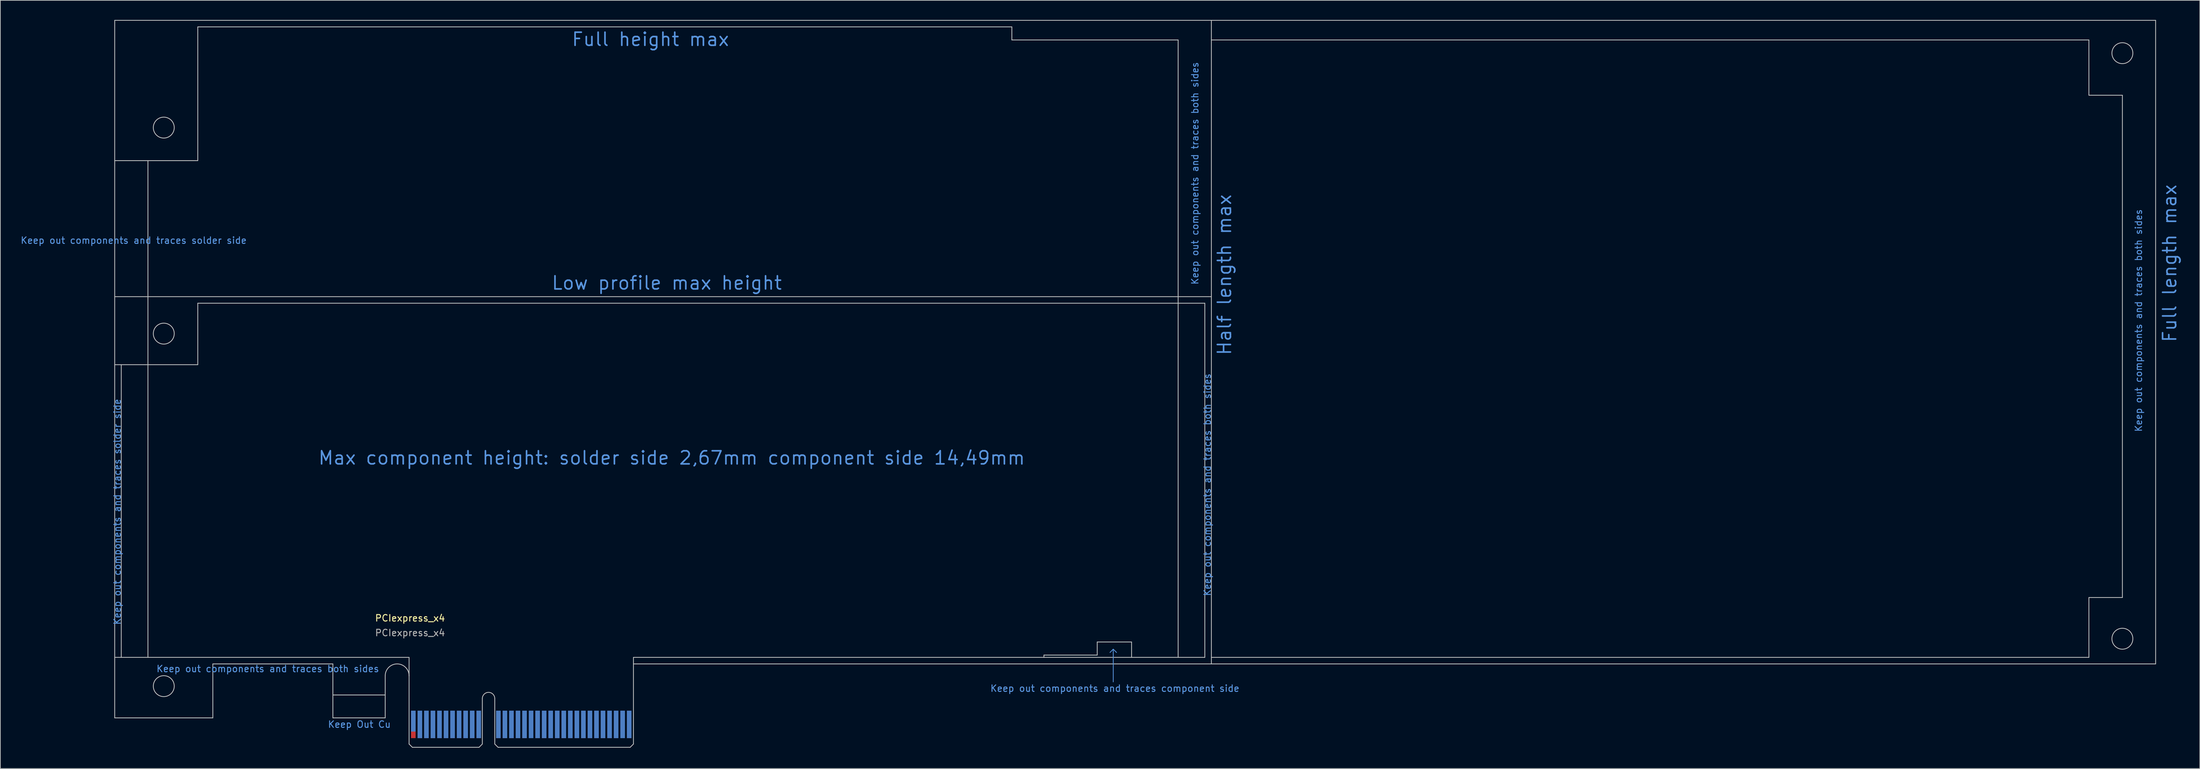
<source format=kicad_pcb>
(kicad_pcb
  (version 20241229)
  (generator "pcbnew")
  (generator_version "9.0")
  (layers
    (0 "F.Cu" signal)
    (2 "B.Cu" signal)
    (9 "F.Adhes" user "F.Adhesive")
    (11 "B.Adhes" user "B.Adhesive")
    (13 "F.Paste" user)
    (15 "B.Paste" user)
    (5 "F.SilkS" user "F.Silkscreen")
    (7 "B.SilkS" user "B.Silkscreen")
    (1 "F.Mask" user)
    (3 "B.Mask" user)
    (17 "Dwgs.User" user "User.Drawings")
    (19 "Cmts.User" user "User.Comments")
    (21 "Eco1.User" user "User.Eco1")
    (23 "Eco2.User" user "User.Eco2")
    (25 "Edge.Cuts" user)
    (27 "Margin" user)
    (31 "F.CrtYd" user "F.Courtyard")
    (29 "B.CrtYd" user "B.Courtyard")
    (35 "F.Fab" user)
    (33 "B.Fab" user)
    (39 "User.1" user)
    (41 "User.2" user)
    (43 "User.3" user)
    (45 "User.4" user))
  (footprint "PCIexpress_x4"
    (layer "F.Cu")
    (at 59.637 111.21)
    (property "Reference" "PCIexpress_x4" (at 0 -19.75 0) (layer "F.SilkS") (effects (font (size 1 1) (thickness 0.15))))
    (attr exclude_from_pos_files exclude_from_bom allow_soldermask_bridges)
    (fp_poly (pts (xy -11.8 -4.5) (xy -11.8 -8) (xy -3.8 -8) (xy -3.8 -4.5)) (stroke (width 0) (type solid)) (fill yes) (layer "F.Mask"))
    (fp_poly (pts (xy -0.25 -5.5) (xy 34.25 -5.5) (xy 34.25 0) (xy -0.25 0)) (stroke (width 0.2) (type solid)) (fill yes) (layer "F.Mask"))
    (fp_poly (pts (xy -11.8 -4.5) (xy -11.8 -8) (xy -3.8 -8) (xy -3.8 -4.5)) (stroke (width 0) (type solid)) (fill yes) (layer "B.Mask"))
    (fp_poly (pts (xy -0.25 -5.5) (xy 34.25 -5.5) (xy 34.25 0) (xy -0.25 0)) (stroke (width 0.2) (type solid)) (fill yes) (layer "B.Mask"))
    (fp_line (start -45.15 -111.15) (end -45.15 -4.5) (stroke (width 0.12) (type solid)) (layer "Dwgs.User"))
    (fp_line (start -45.15 -111.15) (end 122.5 -111.15) (stroke (width 0.12) (type solid)) (layer "Dwgs.User"))
    (fp_line (start -45.15 -89.7) (end -32.45 -89.7) (stroke (width 0.12) (type solid)) (layer "Dwgs.User"))
    (fp_line (start -45.15 -68.9) (end 122.5 -68.9) (stroke (width 0.12) (type solid)) (layer "Dwgs.User"))
    (fp_line (start -45.15 -58.5) (end -32.45 -58.5) (stroke (width 0.12) (type solid)) (layer "Dwgs.User"))
    (fp_line (start -44.15 -58.5) (end -44.15 -13.75) (stroke (width 0.12) (type solid)) (layer "Dwgs.User"))
    (fp_line (start -40.07 -13.75) (end -40.07 -89.7) (stroke (width 0.12) (type solid)) (layer "Dwgs.User"))
    (fp_line (start -32.45 -110.15) (end -32.45 -89.7) (stroke (width 0.12) (type solid)) (layer "Dwgs.User"))
    (fp_line (start -32.45 -110.15) (end 92 -110.15) (stroke (width 0.12) (type solid)) (layer "Dwgs.User"))
    (fp_line (start -32.45 -67.9) (end 121.5 -67.9) (stroke (width 0.12) (type solid)) (layer "Dwgs.User"))
    (fp_line (start -32.45 -58.5) (end -32.45 -67.9) (stroke (width 0.12) (type solid)) (layer "Dwgs.User"))
    (fp_line (start -30.15 -12.75) (end -11.8 -12.75) (stroke (width 0.12) (type solid)) (layer "Dwgs.User"))
    (fp_line (start -30.15 -4.5) (end -45.15 -4.5) (stroke (width 0.12) (type solid)) (layer "Dwgs.User"))
    (fp_line (start -30.15 -4.5) (end -30.15 -12.75) (stroke (width 0.12) (type solid)) (layer "Dwgs.User"))
    (fp_line (start -11.8 -8) (end -3.8 -8) (stroke (width 0.12) (type solid)) (layer "Dwgs.User"))
    (fp_line (start -11.8 -4.5) (end -11.8 -12.75) (stroke (width 0.12) (type solid)) (layer "Dwgs.User"))
    (fp_line (start -11.8 -4.5) (end -3.8 -4.5) (stroke (width 0.12) (type solid)) (layer "Dwgs.User"))
    (fp_line (start -3.8 -4.5) (end -3.8 -10.925) (stroke (width 0.12) (type solid)) (layer "Dwgs.User"))
    (fp_line (start -0.15 -13.75) (end -45.15 -13.75) (stroke (width 0.12) (type solid)) (layer "Dwgs.User"))
    (fp_line (start -0.15 -10.925) (end -0.15 -13.75) (stroke (width 0.12) (type solid)) (layer "Dwgs.User"))
    (fp_line (start -0.15 -0.5) (end -0.15 -10.925) (stroke (width 0.12) (type solid)) (layer "Dwgs.User"))
    (fp_line (start -0.15 -0.5) (end 0.35 0) (stroke (width 0.12) (type solid)) (layer "Dwgs.User"))
    (fp_line (start 0.35 0) (end 10.55 0) (stroke (width 0.12) (type solid)) (layer "Dwgs.User"))
    (fp_line (start 11.05 -7.45) (end 11.05 -0.5) (stroke (width 0.12) (type solid)) (layer "Dwgs.User"))
    (fp_line (start 11.05 -0.5) (end 10.55 0) (stroke (width 0.12) (type solid)) (layer "Dwgs.User"))
    (fp_line (start 12.95 -7.45) (end 12.95 -0.5) (stroke (width 0.12) (type solid)) (layer "Dwgs.User"))
    (fp_line (start 12.95 -0.5) (end 13.45 0) (stroke (width 0.12) (type solid)) (layer "Dwgs.User"))
    (fp_line (start 13.45 0) (end 33.65 0) (stroke (width 0.12) (type solid)) (layer "Dwgs.User"))
    (fp_line (start 34.15 -13.75) (end 121.5 -13.75) (stroke (width 0.12) (type solid)) (layer "Dwgs.User"))
    (fp_line (start 34.15 -12.75) (end 34.15 -13.75) (stroke (width 0.12) (type solid)) (layer "Dwgs.User"))
    (fp_line (start 34.15 -12.75) (end 122.503 -12.75) (stroke (width 0.12) (type solid)) (layer "Dwgs.User"))
    (fp_line (start 34.15 -0.5) (end 33.65 0) (stroke (width 0.12) (type solid)) (layer "Dwgs.User"))
    (fp_line (start 34.15 -0.5) (end 34.15 -12.75) (stroke (width 0.12) (type solid)) (layer "Dwgs.User"))
    (fp_line (start 92 -110.15) (end 92 -108.15) (stroke (width 0.12) (type solid)) (layer "Dwgs.User"))
    (fp_line (start 92 -108.15) (end 117.42 -108.15) (stroke (width 0.12) (type solid)) (layer "Dwgs.User"))
    (fp_line (start 96.9 -14.1) (end 96.9 -13.75) (stroke (width 0.12) (type solid)) (layer "Dwgs.User"))
    (fp_line (start 96.9 -14.1) (end 105.05 -14.1) (stroke (width 0.12) (type solid)) (layer "Dwgs.User"))
    (fp_line (start 105.05 -16.1) (end 110.3 -16.1) (stroke (width 0.12) (type solid)) (layer "Dwgs.User"))
    (fp_line (start 105.05 -14.1) (end 105.05 -16.1) (stroke (width 0.12) (type solid)) (layer "Dwgs.User"))
    (fp_line (start 110.3 -16.1) (end 110.3 -13.75) (stroke (width 0.12) (type solid)) (layer "Dwgs.User"))
    (fp_line (start 117.42 -108.15) (end 117.42 -13.75) (stroke (width 0.12) (type solid)) (layer "Dwgs.User"))
    (fp_line (start 121.5 -67.9) (end 121.5 -13.75) (stroke (width 0.12) (type solid)) (layer "Dwgs.User"))
    (fp_line (start 122.5 -111.15) (end 122.5 -12.75) (stroke (width 0.12) (type solid)) (layer "Dwgs.User"))
    (fp_line (start 122.5 -111.15) (end 266.85 -111.15) (stroke (width 0.12) (type solid)) (layer "Dwgs.User"))
    (fp_line (start 122.5 -108.15) (end 256.65 -108.15) (stroke (width 0.12) (type solid)) (layer "Dwgs.User"))
    (fp_line (start 122.5 -13.75) (end 256.65 -13.75) (stroke (width 0.12) (type solid)) (layer "Dwgs.User"))
    (fp_line (start 122.503 -12.75) (end 266.853 -12.75) (stroke (width 0.12) (type solid)) (layer "Dwgs.User"))
    (fp_line (start 256.65 -108.15) (end 256.65 -99.7) (stroke (width 0.12) (type solid)) (layer "Dwgs.User"))
    (fp_line (start 256.65 -99.7) (end 261.77 -99.7) (stroke (width 0.12) (type solid)) (layer "Dwgs.User"))
    (fp_line (start 256.65 -22.9) (end 261.77 -22.9) (stroke (width 0.12) (type solid)) (layer "Dwgs.User"))
    (fp_line (start 256.65 -13.75) (end 256.65 -22.9) (stroke (width 0.12) (type solid)) (layer "Dwgs.User"))
    (fp_line (start 261.77 -99.7) (end 261.77 -22.9) (stroke (width 0.12) (type solid)) (layer "Dwgs.User"))
    (fp_line (start 266.85 -111.15) (end 266.853 -12.75) (stroke (width 0.12) (type solid)) (layer "Dwgs.User"))
    (fp_arc (start -3.8 -10.925) (mid -1.975 -12.75) (end -0.15 -10.925) (stroke (width 0.12) (type solid)) (layer "Dwgs.User"))
    (fp_arc (start 11.05 -7.45) (mid 12 -8.4) (end 12.95 -7.45) (stroke (width 0.12) (type solid)) (layer "Dwgs.User"))
    (fp_circle (center -37.65 -94.75) (end -36.05 -94.75) (stroke (width 0.12) (type solid)) (fill no) (layer "Dwgs.User"))
    (fp_circle (center -37.65 -63.25) (end -36.05 -63.25) (stroke (width 0.12) (type solid)) (fill no) (layer "Dwgs.User"))
    (fp_circle (center -37.65 -9.35) (end -36.05 -9.35) (stroke (width 0.12) (type solid)) (fill no) (layer "Dwgs.User"))
    (fp_circle (center 261.77 -106.13) (end 263.37 -106.13) (stroke (width 0.12) (type solid)) (fill no) (layer "Dwgs.User"))
    (fp_circle (center 261.77 -16.6) (end 263.37 -16.6) (stroke (width 0.12) (type solid)) (fill no) (layer "Dwgs.User"))
    (fp_line (start 107.5 -15) (end 107 -14.5) (stroke (width 0.12) (type solid)) (layer "Cmts.User"))
    (fp_line (start 107.5 -15) (end 108 -14.5) (stroke (width 0.12) (type solid)) (layer "Cmts.User"))
    (fp_line (start 107.5 -10) (end 107.5 -15) (stroke (width 0.12) (type solid)) (layer "Cmts.User"))
    (fp_text user "Full length max" (at 269 -74 90) (layer "Cmts.User") (effects (font (size 2 2) (thickness 0.25))))
    (fp_text user "Keep out components and traces both sides" (at -21.75 -12 0) (layer "Cmts.User") (effects (font (size 1 1) (thickness 0.15))))
    (fp_text user "Full height max" (at 36.75 -108.25 0) (layer "Cmts.User") (effects (font (size 2 2) (thickness 0.25))))
    (fp_text user "Max component height: solder side 2,67mm component side 14,49mm" (at 40 -44.25 0) (layer "Cmts.User") (effects (font (size 2 2) (thickness 0.25))))
    (fp_text user "Keep out components and traces both sides" (at 120 -87.75 90) (layer "Cmts.User") (effects (font (size 1 1) (thickness 0.15))))
    (fp_text user "Keep Out Cu" (at -7.75 -3.5 0) (layer "Cmts.User") (effects (font (size 1 1) (thickness 0.15))))
    (fp_text user "Keep out components and traces component side" (at 107.75 -9 180) (layer "Cmts.User") (effects (font (size 1 1) (thickness 0.15))))
    (fp_text user "Keep out components and traces both sides" (at 121.893 -40.135 90) (layer "Cmts.User") (effects (font (size 1 1) (thickness 0.15))))
    (fp_text user "Keep out components and traces both sides" (at 264.25 -65.25 90) (layer "Cmts.User") (effects (font (size 1 1) (thickness 0.15))))
    (fp_text user "Half length max" (at 124.5 -72.25 90) (layer "Cmts.User") (effects (font (size 2 2) (thickness 0.25))))
    (fp_text user "Keep out components and traces solder side" (at -44.75 -36 90) (layer "Cmts.User") (effects (font (size 1 1) (thickness 0.15))))
    (fp_text user "Keep out components and traces solder side" (at -42.25 -77.5 180) (layer "Cmts.User") (effects (font (size 1 1) (thickness 0.15))))
    (fp_text user "Low profile max height" (at 39.25 -71 0) (layer "Cmts.User") (effects (font (size 2 2) (thickness 0.25))))
    (fp_text user "${REFERENCE}" (at 0 -17.5 0) (layer "F.Fab") (effects (font (size 1 1) (thickness 0.15))))
    (pad "A1" connect rect (at 0.5 -4) (size 0.7 3.2) (layers "B.Cu"))
    (pad "A2" connect rect (at 1.5 -3.5) (size 0.7 4.2) (layers "B.Cu"))
    (pad "A3" connect rect (at 2.5 -3.5) (size 0.7 4.2) (layers "B.Cu"))
    (pad "A4" connect rect (at 3.5 -3.5) (size 0.7 4.2) (layers "B.Cu"))
    (pad "A5" connect rect (at 4.5 -3.5) (size 0.7 4.2) (layers "B.Cu"))
    (pad "A6" connect rect (at 5.5 -3.5) (size 0.7 4.2) (layers "B.Cu"))
    (pad "A7" connect rect (at 6.5 -3.5) (size 0.7 4.2) (layers "B.Cu"))
    (pad "A8" connect rect (at 7.5 -3.5) (size 0.7 4.2) (layers "B.Cu"))
    (pad "A9" connect rect (at 8.5 -3.5) (size 0.7 4.2) (layers "B.Cu"))
    (pad "A10" connect rect (at 9.5 -3.5) (size 0.7 4.2) (layers "B.Cu"))
    (pad "A11" connect rect (at 10.5 -3.5) (size 0.7 4.2) (layers "B.Cu"))
    (pad "A12" connect rect (at 13.5 -3.5) (size 0.7 4.2) (layers "B.Cu"))
    (pad "A13" connect rect (at 14.5 -3.5) (size 0.7 4.2) (layers "B.Cu"))
    (pad "A14" connect rect (at 15.5 -3.5) (size 0.7 4.2) (layers "B.Cu"))
    (pad "A15" connect rect (at 16.5 -3.5) (size 0.7 4.2) (layers "B.Cu"))
    (pad "A16" connect rect (at 17.5 -3.5) (size 0.7 4.2) (layers "B.Cu"))
    (pad "A17" connect rect (at 18.5 -3.5) (size 0.7 4.2) (layers "B.Cu"))
    (pad "A18" connect rect (at 19.5 -3.5) (size 0.7 4.2) (layers "B.Cu"))
    (pad "A19" connect rect (at 20.5 -3.5) (size 0.7 4.2) (layers "B.Cu"))
    (pad "A20" connect rect (at 21.5 -3.5) (size 0.7 4.2) (layers "B.Cu"))
    (pad "A21" connect rect (at 22.5 -3.5) (size 0.7 4.2) (layers "B.Cu"))
    (pad "A22" connect rect (at 23.5 -3.5) (size 0.7 4.2) (layers "B.Cu"))
    (pad "A23" connect rect (at 24.5 -3.5) (size 0.7 4.2) (layers "B.Cu"))
    (pad "A24" connect rect (at 25.5 -3.5) (size 0.7 4.2) (layers "B.Cu"))
    (pad "A25" connect rect (at 26.5 -3.5) (size 0.7 4.2) (layers "B.Cu"))
    (pad "A26" connect rect (at 27.5 -3.5) (size 0.7 4.2) (layers "B.Cu"))
    (pad "A27" connect rect (at 28.5 -3.5) (size 0.7 4.2) (layers "B.Cu"))
    (pad "A28" connect rect (at 29.5 -3.5) (size 0.7 4.2) (layers "B.Cu"))
    (pad "A29" connect rect (at 30.5 -3.5) (size 0.7 4.2) (layers "B.Cu"))
    (pad "A30" connect rect (at 31.5 -3.5) (size 0.7 4.2) (layers "B.Cu"))
    (pad "A31" connect rect (at 32.5 -3.5) (size 0.7 4.2) (layers "B.Cu"))
    (pad "A32" connect rect (at 33.5 -3.5) (size 0.7 4.2) (layers "B.Cu"))
    (pad "B1" connect rect (at 0.5 -3.5) (size 0.7 4.2) (layers "F.Cu"))
    (pad "B2" connect rect (at 1.5 -3.5) (size 0.7 4.2) (layers "F.Cu"))
    (pad "B3" connect rect (at 2.5 -3.5) (size 0.7 4.2) (layers "F.Cu"))
    (pad "B4" connect rect (at 3.5 -3.5) (size 0.7 4.2) (layers "F.Cu"))
    (pad "B5" connect rect (at 4.5 -3.5) (size 0.7 4.2) (layers "F.Cu"))
    (pad "B6" connect rect (at 5.5 -3.5) (size 0.7 4.2) (layers "F.Cu"))
    (pad "B7" connect rect (at 6.5 -3.5) (size 0.7 4.2) (layers "F.Cu"))
    (pad "B8" connect rect (at 7.5 -3.5) (size 0.7 4.2) (layers "F.Cu"))
    (pad "B9" connect rect (at 8.5 -3.5) (size 0.7 4.2) (layers "F.Cu"))
    (pad "B10" connect rect (at 9.5 -3.5) (size 0.7 4.2) (layers "F.Cu"))
    (pad "B11" connect rect (at 10.5 -3.5) (size 0.7 4.2) (layers "F.Cu"))
    (pad "B12" connect rect (at 13.5 -3.5) (size 0.7 4.2) (layers "F.Cu"))
    (pad "B13" connect rect (at 14.5 -3.5) (size 0.7 4.2) (layers "F.Cu"))
    (pad "B14" connect rect (at 15.5 -3.5) (size 0.7 4.2) (layers "F.Cu"))
    (pad "B15" connect rect (at 16.5 -3.5) (size 0.7 4.2) (layers "F.Cu"))
    (pad "B16" connect rect (at 17.5 -3.5) (size 0.7 4.2) (layers "F.Cu"))
    (pad "B17" connect rect (at 18.5 -4) (size 0.7 3.2) (layers "F.Cu"))
    (pad "B18" connect rect (at 19.5 -3.5) (size 0.7 4.2) (layers "F.Cu"))
    (pad "B19" connect rect (at 20.5 -3.5) (size 0.7 4.2) (layers "F.Cu"))
    (pad "B20" connect rect (at 21.5 -3.5) (size 0.7 4.2) (layers "F.Cu"))
    (pad "B21" connect rect (at 22.5 -3.5) (size 0.7 4.2) (layers "F.Cu"))
    (pad "B22" connect rect (at 23.5 -3.5) (size 0.7 4.2) (layers "F.Cu"))
    (pad "B23" connect rect (at 24.5 -3.5) (size 0.7 4.2) (layers "F.Cu"))
    (pad "B24" connect rect (at 25.5 -3.5) (size 0.7 4.2) (layers "F.Cu"))
    (pad "B25" connect rect (at 26.5 -3.5) (size 0.7 4.2) (layers "F.Cu"))
    (pad "B26" connect rect (at 27.5 -3.5) (size 0.7 4.2) (layers "F.Cu"))
    (pad "B27" connect rect (at 28.5 -3.5) (size 0.7 4.2) (layers "F.Cu"))
    (pad "B28" connect rect (at 29.5 -3.5) (size 0.7 4.2) (layers "F.Cu"))
    (pad "B29" connect rect (at 30.5 -3.5) (size 0.7 4.2) (layers "F.Cu"))
    (pad "B30" connect rect (at 31.5 -3.5) (size 0.7 4.2) (layers "F.Cu"))
    (pad "B31" connect rect (at 32.5 -4) (size 0.7 3.2) (layers "F.Cu"))
    (pad "B32" connect rect (at 33.5 -3.5) (size 0.7 4.2) (layers "F.Cu")))
  (gr_rect
    (start -3 -3)
    (end 333.246 114.46)
    (stroke (width 0.1) (type default))
    (fill no)
    (layer "Edge.Cuts")))
</source>
